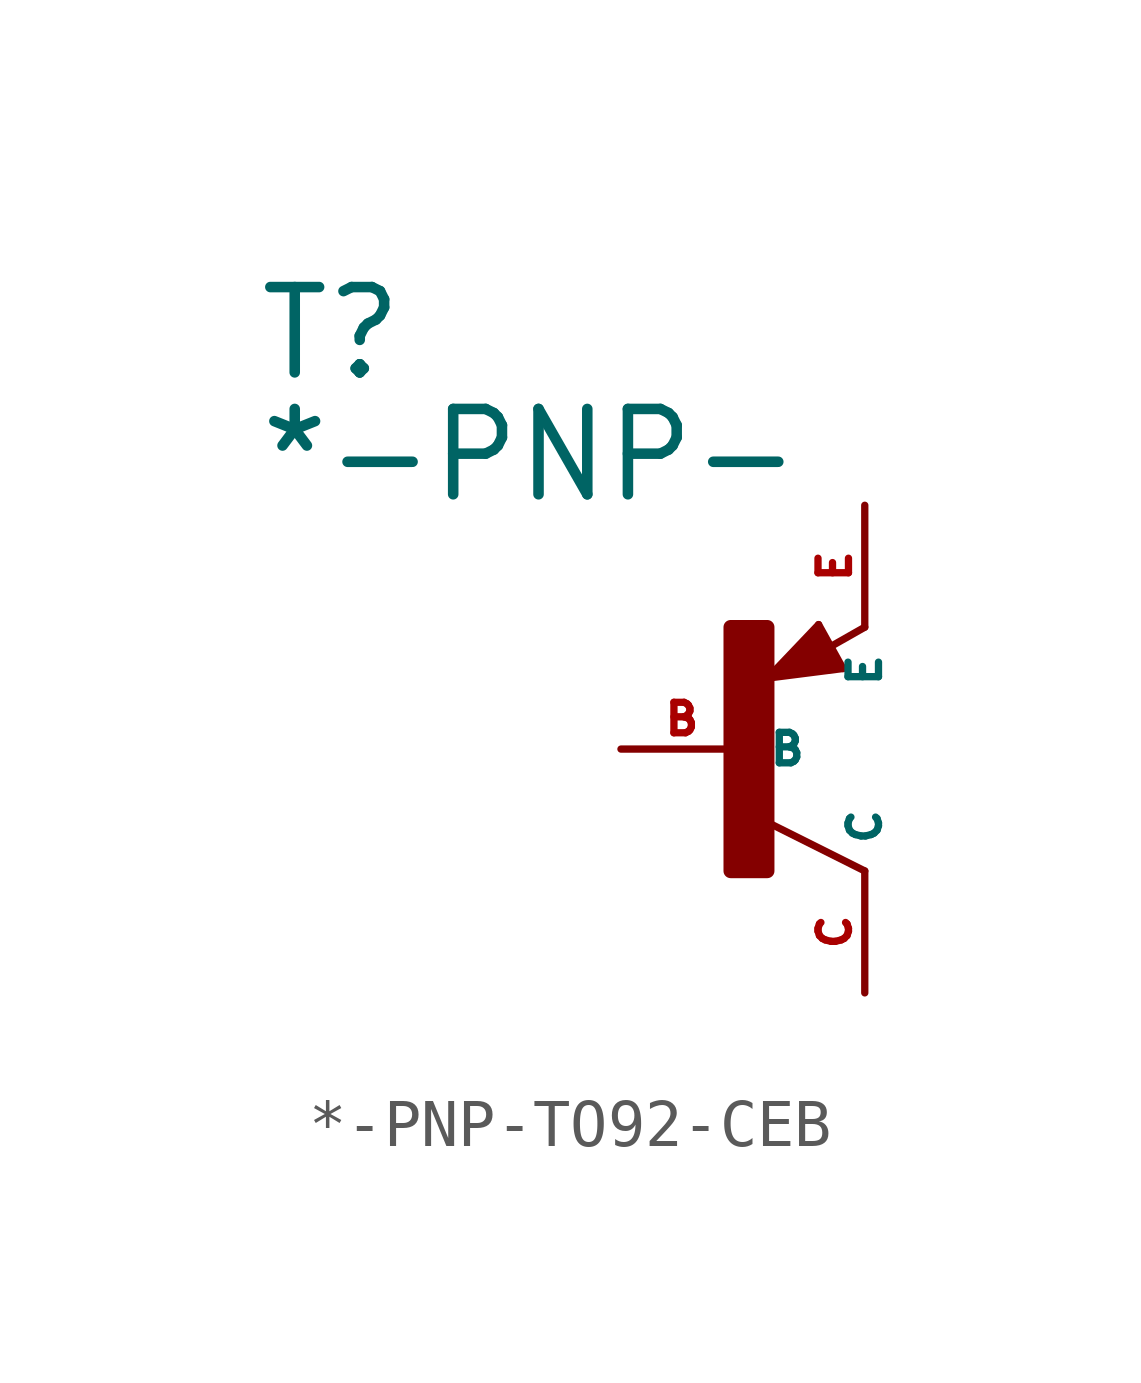
<source format=kicad_sym>
(kicad_symbol_lib
  (version 20220914)
  (generator Eagle2Kicad)
  (symbol "*-PNP-TO92-CEB"
    (property "Reference" "T"
      (at -10.16 7.62 0)
      (effects (font (size 1.778 1.778) (thickness 0.22)) (justify left bottom)))
    (property "Value" "*-PNP-"
      (at -10.16 5.08 0)
      (effects (font (size 1.778 1.778) (thickness 0.22)) (justify left bottom)))
    (polyline
      (pts (xy 2.086 1.678) (xy 1.578 2.594))
      (stroke (width 0.152) (type default))
      (fill (type none)))
    (polyline
      (pts (xy 1.578 2.594) (xy 0.516 1.478))
      (stroke (width 0.152) (type default))
      (fill (type none)))
    (polyline
      (pts (xy 0.516 1.478) (xy 2.086 1.678))
      (stroke (width 0.152) (type default))
      (fill (type none)))
    (polyline
      (pts (xy 2.54 2.54) (xy 1.808 2.124))
      (stroke (width 0.152) (type default))
      (fill (type none)))
    (polyline
      (pts (xy 2.54 -2.54) (xy 0.508 -1.524))
      (stroke (width 0.152) (type default))
      (fill (type none)))
    (polyline
      (pts (xy 1.905 1.778) (xy 1.524 2.413))
      (stroke (width 0.254) (type default))
      (fill (type none)))
    (polyline
      (pts (xy 1.524 2.413) (xy 0.762 1.651))
      (stroke (width 0.254) (type default))
      (fill (type none)))
    (polyline
      (pts (xy 0.762 1.651) (xy 1.778 1.778))
      (stroke (width 0.254) (type default))
      (fill (type none)))
    (polyline
      (pts (xy 1.778 1.778) (xy 1.524 2.159))
      (stroke (width 0.254) (type default))
      (fill (type none)))
    (polyline
      (pts (xy 1.524 2.159) (xy 1.143 1.905))
      (stroke (width 0.254) (type default))
      (fill (type none)))
    (polyline
      (pts (xy 1.143 1.905) (xy 1.524 1.905))
      (stroke (width 0.254) (type default))
      (fill (type none)))
    (rectangle
      (start -0.254 -2.54)
      (end 0.508 2.54)
      (stroke (width 0.3) (type default))
      (fill (type outline)))
    (pin passive line
      (at -2.54 0 0)
      (length 2.54)
      (name "B" (effects (font (size 0.635 0.635) (thickness 0.08)) (justify left bottom)))
      (number "B" (effects (font (size 0.635 0.635) (thickness 0.08)) (justify left bottom))))
    (pin passive line
      (at 2.54 5.08 270)
      (length 2.54)
      (name "E" (effects (font (size 0.635 0.635) (thickness 0.08)) (justify left bottom)))
      (number "E" (effects (font (size 0.635 0.635) (thickness 0.08)) (justify left bottom))))
    (pin passive line
      (at 2.54 -5.08 90)
      (length 2.54)
      (name "C" (effects (font (size 0.635 0.635) (thickness 0.08)) (justify left bottom)))
      (number "C" (effects (font (size 0.635 0.635) (thickness 0.08)) (justify left bottom))))))
</source>
